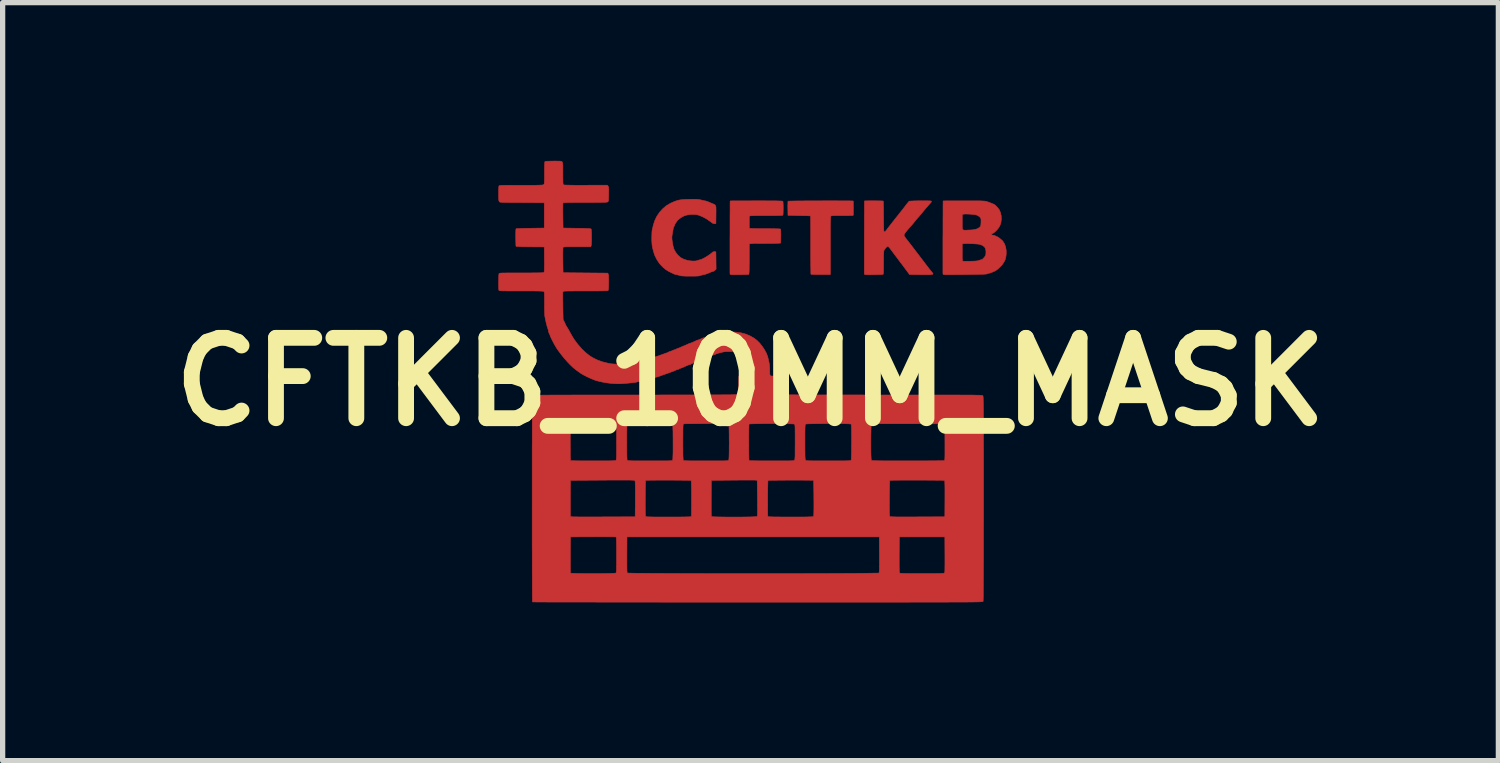
<source format=kicad_pcb>
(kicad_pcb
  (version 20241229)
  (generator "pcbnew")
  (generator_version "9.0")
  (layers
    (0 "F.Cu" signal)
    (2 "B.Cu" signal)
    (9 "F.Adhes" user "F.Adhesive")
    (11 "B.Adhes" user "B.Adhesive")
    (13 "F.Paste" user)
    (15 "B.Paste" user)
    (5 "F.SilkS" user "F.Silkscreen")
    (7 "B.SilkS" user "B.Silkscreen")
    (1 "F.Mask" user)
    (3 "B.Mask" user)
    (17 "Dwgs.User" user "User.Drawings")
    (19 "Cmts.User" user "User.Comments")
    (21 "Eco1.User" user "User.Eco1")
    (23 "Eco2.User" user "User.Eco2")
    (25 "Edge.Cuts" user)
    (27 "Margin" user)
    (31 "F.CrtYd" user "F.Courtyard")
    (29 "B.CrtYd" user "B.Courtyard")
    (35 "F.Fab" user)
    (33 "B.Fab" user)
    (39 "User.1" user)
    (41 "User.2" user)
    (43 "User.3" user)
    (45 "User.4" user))
  (footprint "CFTKB_10MM_MASK"
    (layer "F.Cu")
    (at 11.183 4.192)
    (property "Reference" "CFTKB_10MM_MASK" (at 0 0 0) (layer "F.SilkS") (effects (font (size 1.524 1.524) (thickness 0.3))))
    (attr through_hole)
    (fp_poly (pts (xy 1.592 -3.434) (xy 1.667 -3.433) (xy 1.737 -3.433) (xy 1.799 -3.433) (xy 1.852 -3.433) (xy 1.895 -3.432) (xy 1.926 -3.431) (xy 1.944 -3.431) (xy 1.948 -3.43) (xy 1.949 -3.421) (xy 1.95 -3.4) (xy 1.951 -3.369) (xy 1.951 -3.333) (xy 1.952 -3.293) (xy 1.951 -3.253) (xy 1.951 -3.216) (xy 1.95 -3.186) (xy 1.949 -3.165) (xy 1.947 -3.157) (xy 1.939 -3.155) (xy 1.917 -3.154) (xy 1.883 -3.154) (xy 1.841 -3.153) (xy 1.791 -3.153) (xy 1.74 -3.153) (xy 1.671 -3.153) (xy 1.616 -3.153) (xy 1.575 -3.152) (xy 1.547 -3.15) (xy 1.53 -3.147) (xy 1.526 -3.145) (xy 1.523 -3.141) (xy 1.522 -3.133) (xy 1.52 -3.12) (xy 1.519 -3.1) (xy 1.518 -3.072) (xy 1.517 -3.036) (xy 1.516 -2.991) (xy 1.515 -2.935) (xy 1.515 -2.867) (xy 1.515 -2.787) (xy 1.515 -2.694) (xy 1.515 -2.586) (xy 1.515 -2.035) (xy 1.333 -2.035) (xy 1.282 -2.035) (xy 1.236 -2.036) (xy 1.197 -2.037) (xy 1.168 -2.038) (xy 1.151 -2.039) (xy 1.147 -2.04) (xy 1.146 -2.049) (xy 1.145 -2.071) (xy 1.145 -2.107) (xy 1.144 -2.155) (xy 1.143 -2.213) (xy 1.143 -2.28) (xy 1.142 -2.355) (xy 1.142 -2.438) (xy 1.142 -2.525) (xy 1.142 -2.596) (xy 1.142 -2.687) (xy 1.142 -2.773) (xy 1.142 -2.853) (xy 1.141 -2.927) (xy 1.141 -2.992) (xy 1.141 -3.047) (xy 1.141 -3.091) (xy 1.14 -3.124) (xy 1.14 -3.143) (xy 1.14 -3.147) (xy 1.132 -3.148) (xy 1.11 -3.149) (xy 1.077 -3.15) (xy 1.035 -3.151) (xy 0.985 -3.152) (xy 0.929 -3.153) (xy 0.924 -3.153) (xy 0.711 -3.158) (xy 0.709 -3.289) (xy 0.708 -3.333) (xy 0.709 -3.371) (xy 0.71 -3.401) (xy 0.711 -3.421) (xy 0.713 -3.427) (xy 0.721 -3.428) (xy 0.744 -3.428) (xy 0.779 -3.429) (xy 0.825 -3.43) (xy 0.882 -3.431) (xy 0.946 -3.431) (xy 1.018 -3.432) (xy 1.095 -3.432) (xy 1.176 -3.433) (xy 1.26 -3.433) (xy 1.345 -3.433) (xy 1.429 -3.434) (xy 1.512 -3.434) (xy 1.592 -3.434)) (stroke (width 0.01) (type solid)) (fill yes) (layer "F.Cu"))
    (fp_poly (pts (xy 0.217 -3.434) (xy 0.306 -3.433) (xy 0.382 -3.433) (xy 0.445 -3.433) (xy 0.496 -3.432) (xy 0.537 -3.431) (xy 0.568 -3.43) (xy 0.59 -3.429) (xy 0.605 -3.427) (xy 0.613 -3.425) (xy 0.615 -3.424) (xy 0.617 -3.412) (xy 0.619 -3.389) (xy 0.62 -3.356) (xy 0.621 -3.318) (xy 0.621 -3.278) (xy 0.62 -3.24) (xy 0.619 -3.205) (xy 0.618 -3.179) (xy 0.615 -3.164) (xy 0.615 -3.163) (xy 0.61 -3.16) (xy 0.599 -3.158) (xy 0.581 -3.156) (xy 0.554 -3.155) (xy 0.517 -3.154) (xy 0.469 -3.153) (xy 0.408 -3.153) (xy 0.333 -3.153) (xy 0.318 -3.153) (xy 0.251 -3.153) (xy 0.188 -3.153) (xy 0.132 -3.153) (xy 0.083 -3.152) (xy 0.044 -3.151) (xy 0.016 -3.15) (xy 0.002 -3.149) (xy 0.002 -3.149) (xy -0.023 -3.144) (xy -0.023 -2.915) (xy 0.001 -2.91) (xy 0.014 -2.909) (xy 0.041 -2.908) (xy 0.08 -2.907) (xy 0.128 -2.906) (xy 0.183 -2.905) (xy 0.245 -2.905) (xy 0.296 -2.905) (xy 0.373 -2.905) (xy 0.439 -2.904) (xy 0.492 -2.903) (xy 0.532 -2.902) (xy 0.559 -2.9) (xy 0.57 -2.898) (xy 0.571 -2.897) (xy 0.572 -2.887) (xy 0.574 -2.865) (xy 0.575 -2.832) (xy 0.576 -2.792) (xy 0.576 -2.765) (xy 0.575 -2.723) (xy 0.575 -2.685) (xy 0.573 -2.656) (xy 0.572 -2.638) (xy 0.571 -2.633) (xy 0.562 -2.631) (xy 0.538 -2.629) (xy 0.5 -2.628) (xy 0.449 -2.626) (xy 0.385 -2.626) (xy 0.31 -2.625) (xy 0.296 -2.625) (xy 0.231 -2.625) (xy 0.171 -2.625) (xy 0.117 -2.624) (xy 0.071 -2.624) (xy 0.034 -2.623) (xy 0.01 -2.621) (xy 0.001 -2.621) (xy -0.023 -2.616) (xy -0.023 -2.329) (xy -0.023 -2.252) (xy -0.024 -2.189) (xy -0.024 -2.14) (xy -0.025 -2.101) (xy -0.027 -2.074) (xy -0.028 -2.055) (xy -0.03 -2.043) (xy -0.033 -2.039) (xy -0.034 -2.038) (xy -0.044 -2.037) (xy -0.067 -2.036) (xy -0.1 -2.035) (xy -0.14 -2.034) (xy -0.184 -2.033) (xy -0.23 -2.033) (xy -0.273 -2.032) (xy -0.312 -2.032) (xy -0.344 -2.033) (xy -0.365 -2.033) (xy -0.371 -2.034) (xy -0.385 -2.039) (xy -0.388 -2.045) (xy -0.389 -2.076) (xy -0.389 -2.118) (xy -0.389 -2.172) (xy -0.389 -2.234) (xy -0.389 -2.305) (xy -0.389 -2.382) (xy -0.389 -2.464) (xy -0.389 -2.551) (xy -0.389 -2.64) (xy -0.389 -2.73) (xy -0.388 -2.82) (xy -0.388 -2.909) (xy -0.388 -2.996) (xy -0.388 -3.078) (xy -0.388 -3.155) (xy -0.387 -3.225) (xy -0.387 -3.287) (xy -0.387 -3.339) (xy -0.387 -3.381) (xy -0.386 -3.411) (xy -0.386 -3.428) (xy -0.386 -3.431) (xy -0.378 -3.431) (xy -0.356 -3.432) (xy -0.32 -3.432) (xy -0.274 -3.432) (xy -0.217 -3.433) (xy -0.15 -3.433) (xy -0.077 -3.433) (xy 0.003 -3.433) (xy 0.088 -3.434) (xy 0.113 -3.434) (xy 0.217 -3.434)) (stroke (width 0.01) (type solid)) (fill yes) (layer "F.Cu"))
    (fp_poly (pts (xy -1.053 -3.463) (xy -1.02 -3.462) (xy -0.993 -3.46) (xy -0.97 -3.457) (xy -0.948 -3.452) (xy -0.935 -3.449) (xy -0.905 -3.442) (xy -0.88 -3.436) (xy -0.865 -3.433) (xy -0.863 -3.433) (xy -0.848 -3.43) (xy -0.823 -3.422) (xy -0.793 -3.411) (xy -0.763 -3.398) (xy -0.736 -3.386) (xy -0.716 -3.377) (xy -0.699 -3.371) (xy -0.696 -3.371) (xy -0.684 -3.365) (xy -0.669 -3.352) (xy -0.668 -3.35) (xy -0.663 -3.343) (xy -0.659 -3.334) (xy -0.656 -3.322) (xy -0.654 -3.305) (xy -0.654 -3.28) (xy -0.653 -3.245) (xy -0.654 -3.198) (xy -0.654 -3.166) (xy -0.656 -3.002) (xy -0.681 -3) (xy -0.698 -3.001) (xy -0.715 -3.007) (xy -0.737 -3.022) (xy -0.752 -3.034) (xy -0.826 -3.086) (xy -0.905 -3.13) (xy -0.985 -3.162) (xy -0.994 -3.165) (xy -1.032 -3.172) (xy -1.08 -3.175) (xy -1.132 -3.174) (xy -1.184 -3.168) (xy -1.229 -3.158) (xy -1.23 -3.158) (xy -1.275 -3.14) (xy -1.321 -3.113) (xy -1.362 -3.082) (xy -1.375 -3.069) (xy -1.394 -3.047) (xy -1.412 -3.022) (xy -1.427 -2.999) (xy -1.436 -2.982) (xy -1.437 -2.976) (xy -1.441 -2.963) (xy -1.449 -2.948) (xy -1.454 -2.94) (xy -1.458 -2.93) (xy -1.462 -2.915) (xy -1.467 -2.894) (xy -1.472 -2.863) (xy -1.48 -2.821) (xy -1.485 -2.79) (xy -1.488 -2.767) (xy -1.49 -2.746) (xy -1.49 -2.724) (xy -1.488 -2.698) (xy -1.484 -2.666) (xy -1.477 -2.623) (xy -1.469 -2.579) (xy -1.452 -2.519) (xy -1.421 -2.46) (xy -1.381 -2.408) (xy -1.333 -2.364) (xy -1.301 -2.343) (xy -1.255 -2.322) (xy -1.202 -2.306) (xy -1.146 -2.295) (xy -1.091 -2.291) (xy -1.042 -2.292) (xy -1.002 -2.301) (xy -0.997 -2.303) (xy -0.976 -2.311) (xy -0.959 -2.315) (xy -0.957 -2.315) (xy -0.94 -2.319) (xy -0.913 -2.331) (xy -0.879 -2.348) (xy -0.843 -2.369) (xy -0.806 -2.392) (xy -0.772 -2.415) (xy -0.744 -2.437) (xy -0.728 -2.451) (xy -0.708 -2.466) (xy -0.686 -2.469) (xy -0.682 -2.469) (xy -0.656 -2.466) (xy -0.654 -2.302) (xy -0.652 -2.137) (xy -0.674 -2.117) (xy -0.69 -2.104) (xy -0.704 -2.097) (xy -0.706 -2.097) (xy -0.719 -2.094) (xy -0.74 -2.086) (xy -0.749 -2.083) (xy -0.784 -2.067) (xy -0.818 -2.054) (xy -0.848 -2.043) (xy -0.871 -2.036) (xy -0.879 -2.035) (xy -0.892 -2.033) (xy -0.915 -2.027) (xy -0.94 -2.02) (xy -0.958 -2.014) (xy -0.977 -2.01) (xy -1 -2.007) (xy -1.027 -2.006) (xy -1.064 -2.005) (xy -1.111 -2.005) (xy -1.149 -2.005) (xy -1.206 -2.005) (xy -1.25 -2.006) (xy -1.284 -2.008) (xy -1.31 -2.01) (xy -1.331 -2.014) (xy -1.348 -2.019) (xy -1.352 -2.02) (xy -1.378 -2.028) (xy -1.402 -2.033) (xy -1.413 -2.035) (xy -1.433 -2.039) (xy -1.451 -2.046) (xy -1.469 -2.055) (xy -1.495 -2.068) (xy -1.519 -2.079) (xy -1.568 -2.105) (xy -1.611 -2.133) (xy -1.651 -2.166) (xy -1.693 -2.208) (xy -1.713 -2.23) (xy -1.74 -2.265) (xy -1.766 -2.305) (xy -1.785 -2.338) (xy -1.794 -2.357) (xy -1.801 -2.369) (xy -1.812 -2.392) (xy -1.825 -2.427) (xy -1.838 -2.469) (xy -1.85 -2.515) (xy -1.856 -2.538) (xy -1.863 -2.572) (xy -1.867 -2.606) (xy -1.87 -2.645) (xy -1.872 -2.691) (xy -1.872 -2.732) (xy -1.871 -2.777) (xy -1.87 -2.818) (xy -1.868 -2.853) (xy -1.865 -2.878) (xy -1.863 -2.886) (xy -1.857 -2.911) (xy -1.849 -2.943) (xy -1.845 -2.963) (xy -1.818 -3.051) (xy -1.779 -3.134) (xy -1.728 -3.211) (xy -1.667 -3.28) (xy -1.599 -3.338) (xy -1.524 -3.383) (xy -1.522 -3.384) (xy -1.472 -3.408) (xy -1.427 -3.426) (xy -1.385 -3.44) (xy -1.342 -3.45) (xy -1.295 -3.456) (xy -1.239 -3.46) (xy -1.173 -3.462) (xy -1.152 -3.463) (xy -1.097 -3.463) (xy -1.053 -3.463)) (stroke (width 0.01) (type solid)) (fill yes) (layer "F.Cu"))
    (fp_poly (pts (xy 3.343 -3.434) (xy 3.379 -3.433) (xy 3.407 -3.432) (xy 3.423 -3.43) (xy 3.425 -3.43) (xy 3.432 -3.423) (xy 3.43 -3.413) (xy 3.418 -3.397) (xy 3.412 -3.39) (xy 3.364 -3.336) (xy 3.312 -3.276) (xy 3.262 -3.216) (xy 3.243 -3.192) (xy 3.22 -3.165) (xy 3.2 -3.141) (xy 3.186 -3.125) (xy 3.18 -3.119) (xy 3.172 -3.11) (xy 3.156 -3.092) (xy 3.136 -3.067) (xy 3.115 -3.041) (xy 3.092 -3.013) (xy 3.073 -2.99) (xy 3.059 -2.974) (xy 3.054 -2.967) (xy 3.047 -2.96) (xy 3.032 -2.944) (xy 3.011 -2.92) (xy 2.987 -2.891) (xy 2.981 -2.885) (xy 2.95 -2.847) (xy 2.929 -2.819) (xy 2.917 -2.799) (xy 2.913 -2.785) (xy 2.913 -2.785) (xy 2.914 -2.774) (xy 2.92 -2.761) (xy 2.931 -2.743) (xy 2.949 -2.718) (xy 2.975 -2.685) (xy 2.996 -2.659) (xy 3.006 -2.646) (xy 3.019 -2.629) (xy 3.037 -2.606) (xy 3.06 -2.576) (xy 3.089 -2.538) (xy 3.125 -2.491) (xy 3.169 -2.433) (xy 3.212 -2.377) (xy 3.262 -2.311) (xy 3.304 -2.256) (xy 3.338 -2.211) (xy 3.366 -2.175) (xy 3.389 -2.145) (xy 3.408 -2.122) (xy 3.423 -2.102) (xy 3.437 -2.086) (xy 3.439 -2.084) (xy 3.453 -2.066) (xy 3.461 -2.052) (xy 3.462 -2.047) (xy 3.458 -2.043) (xy 3.45 -2.039) (xy 3.436 -2.036) (xy 3.415 -2.034) (xy 3.384 -2.033) (xy 3.342 -2.033) (xy 3.288 -2.033) (xy 3.219 -2.033) (xy 3.219 -2.033) (xy 3.016 -2.036) (xy 2.994 -2.067) (xy 2.979 -2.087) (xy 2.958 -2.115) (xy 2.935 -2.146) (xy 2.924 -2.16) (xy 2.897 -2.197) (xy 2.866 -2.238) (xy 2.837 -2.276) (xy 2.831 -2.284) (xy 2.804 -2.321) (xy 2.773 -2.362) (xy 2.744 -2.4) (xy 2.738 -2.408) (xy 2.712 -2.443) (xy 2.685 -2.479) (xy 2.66 -2.512) (xy 2.654 -2.521) (xy 2.635 -2.544) (xy 2.618 -2.562) (xy 2.607 -2.571) (xy 2.605 -2.571) (xy 2.591 -2.565) (xy 2.573 -2.549) (xy 2.553 -2.526) (xy 2.539 -2.505) (xy 2.535 -2.497) (xy 2.531 -2.487) (xy 2.529 -2.474) (xy 2.527 -2.455) (xy 2.526 -2.428) (xy 2.525 -2.392) (xy 2.525 -2.345) (xy 2.525 -2.285) (xy 2.524 -2.262) (xy 2.524 -2.195) (xy 2.524 -2.143) (xy 2.523 -2.103) (xy 2.522 -2.074) (xy 2.52 -2.054) (xy 2.517 -2.043) (xy 2.514 -2.039) (xy 2.514 -2.038) (xy 2.504 -2.037) (xy 2.48 -2.036) (xy 2.447 -2.035) (xy 2.407 -2.034) (xy 2.363 -2.033) (xy 2.318 -2.033) (xy 2.275 -2.032) (xy 2.236 -2.032) (xy 2.204 -2.033) (xy 2.183 -2.033) (xy 2.177 -2.034) (xy 2.163 -2.039) (xy 2.159 -2.045) (xy 2.159 -2.078) (xy 2.159 -2.122) (xy 2.159 -2.176) (xy 2.159 -2.24) (xy 2.159 -2.312) (xy 2.159 -2.39) (xy 2.159 -2.473) (xy 2.159 -2.56) (xy 2.159 -2.649) (xy 2.159 -2.74) (xy 2.159 -2.83) (xy 2.16 -2.919) (xy 2.16 -3.005) (xy 2.16 -3.087) (xy 2.16 -3.163) (xy 2.161 -3.232) (xy 2.161 -3.293) (xy 2.161 -3.345) (xy 2.161 -3.386) (xy 2.162 -3.414) (xy 2.162 -3.429) (xy 2.162 -3.431) (xy 2.171 -3.432) (xy 2.192 -3.433) (xy 2.224 -3.433) (xy 2.263 -3.434) (xy 2.306 -3.434) (xy 2.352 -3.434) (xy 2.397 -3.433) (xy 2.438 -3.433) (xy 2.474 -3.432) (xy 2.5 -3.431) (xy 2.515 -3.43) (xy 2.517 -3.429) (xy 2.519 -3.42) (xy 2.521 -3.397) (xy 2.522 -3.36) (xy 2.523 -3.31) (xy 2.524 -3.248) (xy 2.524 -3.176) (xy 2.524 -3.138) (xy 2.525 -3.069) (xy 2.525 -3.007) (xy 2.526 -2.953) (xy 2.527 -2.908) (xy 2.529 -2.875) (xy 2.53 -2.854) (xy 2.532 -2.847) (xy 2.545 -2.846) (xy 2.561 -2.857) (xy 2.581 -2.881) (xy 2.583 -2.884) (xy 2.593 -2.898) (xy 2.611 -2.922) (xy 2.636 -2.954) (xy 2.666 -2.992) (xy 2.699 -3.034) (xy 2.734 -3.079) (xy 2.769 -3.123) (xy 2.803 -3.165) (xy 2.833 -3.204) (xy 2.859 -3.236) (xy 2.876 -3.258) (xy 2.893 -3.279) (xy 2.915 -3.307) (xy 2.937 -3.336) (xy 2.94 -3.34) (xy 2.96 -3.366) (xy 2.977 -3.388) (xy 2.99 -3.403) (xy 2.992 -3.405) (xy 3.003 -3.418) (xy 3.007 -3.425) (xy 3.015 -3.427) (xy 3.036 -3.429) (xy 3.068 -3.43) (xy 3.108 -3.432) (xy 3.154 -3.433) (xy 3.202 -3.434) (xy 3.252 -3.434) (xy 3.299 -3.434) (xy 3.343 -3.434)) (stroke (width 0.01) (type solid)) (fill yes) (layer "F.Cu"))
    (fp_poly (pts (xy 4.048 -3.433) (xy 4.136 -3.433) (xy 4.21 -3.433) (xy 4.272 -3.433) (xy 4.322 -3.432) (xy 4.363 -3.432) (xy 4.395 -3.431) (xy 4.42 -3.429) (xy 4.44 -3.428) (xy 4.456 -3.425) (xy 4.469 -3.423) (xy 4.481 -3.42) (xy 4.489 -3.417) (xy 4.521 -3.406) (xy 4.553 -3.394) (xy 4.572 -3.386) (xy 4.593 -3.377) (xy 4.607 -3.372) (xy 4.61 -3.371) (xy 4.622 -3.365) (xy 4.641 -3.351) (xy 4.663 -3.33) (xy 4.686 -3.305) (xy 4.706 -3.281) (xy 4.718 -3.264) (xy 4.741 -3.211) (xy 4.755 -3.15) (xy 4.758 -3.086) (xy 4.75 -3.023) (xy 4.732 -2.966) (xy 4.725 -2.952) (xy 4.708 -2.924) (xy 4.684 -2.894) (xy 4.657 -2.865) (xy 4.63 -2.84) (xy 4.606 -2.821) (xy 4.587 -2.812) (xy 4.583 -2.812) (xy 4.573 -2.806) (xy 4.571 -2.803) (xy 4.571 -2.793) (xy 4.584 -2.785) (xy 4.605 -2.781) (xy 4.606 -2.781) (xy 4.628 -2.777) (xy 4.641 -2.77) (xy 4.661 -2.759) (xy 4.676 -2.754) (xy 4.694 -2.745) (xy 4.718 -2.728) (xy 4.744 -2.707) (xy 4.769 -2.686) (xy 4.787 -2.667) (xy 4.787 -2.666) (xy 4.818 -2.617) (xy 4.839 -2.557) (xy 4.85 -2.491) (xy 4.85 -2.42) (xy 4.846 -2.39) (xy 4.841 -2.356) (xy 4.834 -2.329) (xy 4.824 -2.303) (xy 4.809 -2.275) (xy 4.787 -2.24) (xy 4.77 -2.218) (xy 4.747 -2.192) (xy 4.719 -2.166) (xy 4.691 -2.14) (xy 4.663 -2.119) (xy 4.641 -2.104) (xy 4.625 -2.097) (xy 4.624 -2.097) (xy 4.614 -2.094) (xy 4.596 -2.085) (xy 4.59 -2.082) (xy 4.563 -2.071) (xy 4.534 -2.062) (xy 4.531 -2.062) (xy 4.508 -2.056) (xy 4.488 -2.049) (xy 4.486 -2.048) (xy 4.475 -2.045) (xy 4.45 -2.043) (xy 4.412 -2.041) (xy 4.359 -2.04) (xy 4.291 -2.038) (xy 4.209 -2.037) (xy 4.112 -2.035) (xy 4.078 -2.035) (xy 4.001 -2.034) (xy 3.928 -2.034) (xy 3.861 -2.033) (xy 3.802 -2.033) (xy 3.751 -2.033) (xy 3.711 -2.033) (xy 3.684 -2.033) (xy 3.669 -2.034) (xy 3.668 -2.034) (xy 3.655 -2.039) (xy 3.651 -2.045) (xy 3.65 -2.077) (xy 3.65 -2.121) (xy 3.65 -2.176) (xy 3.65 -2.239) (xy 3.65 -2.31) (xy 3.65 -2.388) (xy 3.65 -2.471) (xy 3.65 -2.558) (xy 3.65 -2.616) (xy 4.016 -2.616) (xy 4.016 -2.454) (xy 4.016 -2.4) (xy 4.016 -2.36) (xy 4.017 -2.331) (xy 4.018 -2.311) (xy 4.02 -2.3) (xy 4.024 -2.293) (xy 4.028 -2.29) (xy 4.033 -2.289) (xy 4.047 -2.287) (xy 4.073 -2.287) (xy 4.108 -2.287) (xy 4.15 -2.287) (xy 4.181 -2.288) (xy 4.234 -2.289) (xy 4.275 -2.292) (xy 4.304 -2.295) (xy 4.323 -2.299) (xy 4.334 -2.303) (xy 4.355 -2.311) (xy 4.374 -2.315) (xy 4.391 -2.321) (xy 4.412 -2.337) (xy 4.433 -2.36) (xy 4.451 -2.384) (xy 4.462 -2.407) (xy 4.463 -2.412) (xy 4.465 -2.436) (xy 4.466 -2.466) (xy 4.465 -2.485) (xy 4.457 -2.527) (xy 4.438 -2.559) (xy 4.406 -2.584) (xy 4.374 -2.599) (xy 4.354 -2.606) (xy 4.331 -2.611) (xy 4.302 -2.614) (xy 4.264 -2.617) (xy 4.215 -2.62) (xy 4.198 -2.62) (xy 4.152 -2.622) (xy 4.11 -2.623) (xy 4.075 -2.622) (xy 4.05 -2.622) (xy 4.04 -2.621) (xy 4.016 -2.616) (xy 3.65 -2.616) (xy 3.65 -2.647) (xy 3.65 -2.738) (xy 3.651 -2.828) (xy 3.651 -2.917) (xy 3.651 -2.976) (xy 4.016 -2.976) (xy 4.016 -2.937) (xy 4.018 -2.909) (xy 4.024 -2.891) (xy 4.036 -2.881) (xy 4.055 -2.876) (xy 4.083 -2.876) (xy 4.121 -2.878) (xy 4.148 -2.879) (xy 4.202 -2.882) (xy 4.243 -2.887) (xy 4.276 -2.895) (xy 4.287 -2.898) (xy 4.315 -2.911) (xy 4.339 -2.925) (xy 4.349 -2.934) (xy 4.359 -2.945) (xy 4.365 -2.957) (xy 4.369 -2.974) (xy 4.371 -3.001) (xy 4.372 -3.025) (xy 4.373 -3.059) (xy 4.372 -3.082) (xy 4.37 -3.097) (xy 4.363 -3.109) (xy 4.353 -3.121) (xy 4.351 -3.124) (xy 4.326 -3.145) (xy 4.294 -3.162) (xy 4.29 -3.163) (xy 4.265 -3.169) (xy 4.228 -3.175) (xy 4.184 -3.179) (xy 4.139 -3.182) (xy 4.097 -3.183) (xy 4.062 -3.183) (xy 4.045 -3.181) (xy 4.016 -3.175) (xy 4.016 -3.029) (xy 4.016 -2.976) (xy 3.651 -2.976) (xy 3.651 -3.003) (xy 3.651 -3.085) (xy 3.652 -3.161) (xy 3.652 -3.231) (xy 3.652 -3.292) (xy 3.652 -3.344) (xy 3.653 -3.385) (xy 3.653 -3.413) (xy 3.653 -3.429) (xy 3.653 -3.431) (xy 3.662 -3.431) (xy 3.684 -3.432) (xy 3.719 -3.432) (xy 3.764 -3.433) (xy 3.82 -3.433) (xy 3.883 -3.433) (xy 3.954 -3.433) (xy 4.029 -3.433) (xy 4.048 -3.433)) (stroke (width 0.01) (type solid)) (fill yes) (layer "F.Cu"))
    (fp_poly (pts (xy -3.683 -4.187) (xy -3.644 -4.186) (xy -3.616 -4.186) (xy -3.597 -4.184) (xy -3.585 -4.181) (xy -3.577 -4.178) (xy -3.572 -4.173) (xy -3.57 -4.169) (xy -3.566 -4.162) (xy -3.563 -4.151) (xy -3.561 -4.133) (xy -3.559 -4.108) (xy -3.558 -4.073) (xy -3.558 -4.027) (xy -3.558 -3.968) (xy -3.558 -3.948) (xy -3.558 -3.887) (xy -3.557 -3.839) (xy -3.557 -3.803) (xy -3.556 -3.777) (xy -3.554 -3.759) (xy -3.552 -3.748) (xy -3.549 -3.742) (xy -3.545 -3.738) (xy -3.542 -3.736) (xy -3.531 -3.734) (xy -3.506 -3.732) (xy -3.467 -3.731) (xy -3.413 -3.73) (xy -3.345 -3.729) (xy -3.262 -3.729) (xy -3.164 -3.729) (xy -3.121 -3.729) (xy -2.715 -3.73) (xy -2.701 -3.712) (xy -2.696 -3.704) (xy -2.692 -3.694) (xy -2.69 -3.679) (xy -2.688 -3.657) (xy -2.688 -3.626) (xy -2.689 -3.582) (xy -2.689 -3.559) (xy -2.69 -3.51) (xy -2.691 -3.474) (xy -2.693 -3.449) (xy -2.695 -3.432) (xy -2.699 -3.422) (xy -2.703 -3.416) (xy -2.707 -3.413) (xy -2.712 -3.411) (xy -2.722 -3.409) (xy -2.738 -3.407) (xy -2.761 -3.406) (xy -2.791 -3.404) (xy -2.832 -3.404) (xy -2.882 -3.403) (xy -2.944 -3.403) (xy -3.019 -3.402) (xy -3.109 -3.402) (xy -3.135 -3.402) (xy -3.23 -3.402) (xy -3.31 -3.402) (xy -3.377 -3.401) (xy -3.432 -3.401) (xy -3.475 -3.4) (xy -3.508 -3.399) (xy -3.531 -3.397) (xy -3.546 -3.396) (xy -3.554 -3.393) (xy -3.555 -3.392) (xy -3.556 -3.383) (xy -3.558 -3.359) (xy -3.558 -3.324) (xy -3.559 -3.279) (xy -3.559 -3.227) (xy -3.558 -3.169) (xy -3.558 -3.15) (xy -3.554 -2.917) (xy -3.291 -2.913) (xy -3.219 -2.912) (xy -3.161 -2.911) (xy -3.115 -2.909) (xy -3.08 -2.908) (xy -3.055 -2.906) (xy -3.038 -2.904) (xy -3.028 -2.902) (xy -3.022 -2.898) (xy -3.021 -2.897) (xy -3.019 -2.885) (xy -3.017 -2.861) (xy -3.015 -2.827) (xy -3.014 -2.787) (xy -3.014 -2.744) (xy -3.014 -2.7) (xy -3.015 -2.659) (xy -3.017 -2.624) (xy -3.019 -2.597) (xy -3.021 -2.583) (xy -3.029 -2.563) (xy -3.288 -2.563) (xy -3.363 -2.563) (xy -3.423 -2.563) (xy -3.471 -2.562) (xy -3.506 -2.561) (xy -3.531 -2.559) (xy -3.546 -2.557) (xy -3.554 -2.554) (xy -3.555 -2.554) (xy -3.556 -2.544) (xy -3.557 -2.52) (xy -3.558 -2.485) (xy -3.559 -2.44) (xy -3.559 -2.388) (xy -3.558 -2.33) (xy -3.558 -2.307) (xy -3.554 -2.07) (xy -3.131 -2.066) (xy -2.707 -2.062) (xy -2.697 -2.043) (xy -2.694 -2.029) (xy -2.691 -2.002) (xy -2.69 -1.968) (xy -2.689 -1.927) (xy -2.689 -1.884) (xy -2.69 -1.841) (xy -2.691 -1.801) (xy -2.693 -1.768) (xy -2.696 -1.744) (xy -2.7 -1.732) (xy -2.7 -1.732) (xy -2.708 -1.73) (xy -2.728 -1.728) (xy -2.76 -1.727) (xy -2.805 -1.726) (xy -2.863 -1.725) (xy -2.936 -1.724) (xy -3.023 -1.724) (xy -3.113 -1.724) (xy -3.192 -1.724) (xy -3.266 -1.724) (xy -3.334 -1.724) (xy -3.395 -1.723) (xy -3.447 -1.723) (xy -3.489 -1.722) (xy -3.519 -1.721) (xy -3.535 -1.72) (xy -3.537 -1.72) (xy -3.553 -1.713) (xy -3.559 -1.706) (xy -3.56 -1.697) (xy -3.56 -1.673) (xy -3.56 -1.638) (xy -3.56 -1.593) (xy -3.559 -1.54) (xy -3.558 -1.481) (xy -3.558 -1.441) (xy -3.553 -1.185) (xy -3.532 -1.14) (xy -3.521 -1.117) (xy -3.513 -1.099) (xy -3.511 -1.091) (xy -3.507 -1.083) (xy -3.497 -1.065) (xy -3.483 -1.043) (xy -3.463 -1.011) (xy -3.443 -0.976) (xy -3.432 -0.956) (xy -3.394 -0.887) (xy -3.359 -0.828) (xy -3.322 -0.774) (xy -3.282 -0.721) (xy -3.273 -0.71) (xy -3.203 -0.629) (xy -3.136 -0.564) (xy -3.103 -0.536) (xy -3.082 -0.52) (xy -3.065 -0.506) (xy -3.059 -0.502) (xy -3.04 -0.488) (xy -3.011 -0.47) (xy -2.976 -0.45) (xy -2.94 -0.432) (xy -2.907 -0.416) (xy -2.893 -0.41) (xy -2.799 -0.377) (xy -2.695 -0.352) (xy -2.667 -0.346) (xy -2.629 -0.341) (xy -2.583 -0.338) (xy -2.532 -0.335) (xy -2.48 -0.334) (xy -2.432 -0.335) (xy -2.391 -0.337) (xy -2.361 -0.341) (xy -2.357 -0.342) (xy -2.335 -0.346) (xy -2.303 -0.351) (xy -2.268 -0.356) (xy -2.256 -0.357) (xy -2.22 -0.362) (xy -2.185 -0.368) (xy -2.157 -0.375) (xy -2.152 -0.376) (xy -2.121 -0.384) (xy -2.087 -0.391) (xy -2.078 -0.392) (xy -2.051 -0.398) (xy -2.027 -0.404) (xy -2.02 -0.407) (xy -1.999 -0.415) (xy -1.973 -0.421) (xy -1.967 -0.422) (xy -1.939 -0.428) (xy -1.913 -0.436) (xy -1.909 -0.438) (xy -1.877 -0.45) (xy -1.835 -0.465) (xy -1.79 -0.479) (xy -1.771 -0.485) (xy -1.745 -0.493) (xy -1.713 -0.505) (xy -1.682 -0.516) (xy -1.649 -0.528) (xy -1.615 -0.54) (xy -1.591 -0.548) (xy -1.569 -0.556) (xy -1.553 -0.564) (xy -1.55 -0.567) (xy -1.539 -0.574) (xy -1.531 -0.575) (xy -1.516 -0.578) (xy -1.495 -0.587) (xy -1.487 -0.59) (xy -1.467 -0.6) (xy -1.452 -0.605) (xy -1.449 -0.606) (xy -1.437 -0.609) (xy -1.418 -0.617) (xy -1.41 -0.621) (xy -1.39 -0.631) (xy -1.375 -0.636) (xy -1.372 -0.637) (xy -1.361 -0.64) (xy -1.342 -0.648) (xy -1.333 -0.652) (xy -1.309 -0.663) (xy -1.277 -0.676) (xy -1.251 -0.687) (xy -1.222 -0.699) (xy -1.196 -0.711) (xy -1.179 -0.719) (xy -1.162 -0.727) (xy -1.15 -0.73) (xy -1.138 -0.733) (xy -1.117 -0.742) (xy -1.089 -0.753) (xy -1.059 -0.767) (xy -1.032 -0.78) (xy -1.031 -0.781) (xy -1.012 -0.789) (xy -1 -0.792) (xy -1 -0.792) (xy -0.988 -0.795) (xy -0.968 -0.803) (xy -0.96 -0.807) (xy -0.922 -0.823) (xy -0.884 -0.838) (xy -0.849 -0.85) (xy -0.822 -0.858) (xy -0.819 -0.859) (xy -0.8 -0.865) (xy -0.788 -0.87) (xy -0.775 -0.876) (xy -0.761 -0.881) (xy -0.744 -0.886) (xy -0.717 -0.894) (xy -0.691 -0.901) (xy -0.627 -0.919) (xy -0.573 -0.931) (xy -0.523 -0.94) (xy -0.473 -0.945) (xy -0.419 -0.947) (xy -0.38 -0.948) (xy -0.275 -0.943) (xy -0.179 -0.93) (xy -0.092 -0.907) (xy -0.01 -0.873) (xy 0.067 -0.829) (xy 0.12 -0.789) (xy 0.173 -0.737) (xy 0.221 -0.676) (xy 0.265 -0.611) (xy 0.301 -0.545) (xy 0.326 -0.479) (xy 0.338 -0.431) (xy 0.343 -0.405) (xy 0.351 -0.373) (xy 0.354 -0.358) (xy 0.359 -0.33) (xy 0.363 -0.292) (xy 0.365 -0.248) (xy 0.365 -0.221) (xy 0.366 -0.172) (xy 0.368 -0.139) (xy 0.373 -0.121) (xy 0.374 -0.118) (xy 0.387 -0.113) (xy 0.411 -0.11) (xy 0.436 -0.109) (xy 0.466 -0.108) (xy 0.483 -0.105) (xy 0.491 -0.099) (xy 0.492 -0.096) (xy 0.494 -0.085) (xy 0.495 -0.061) (xy 0.496 -0.026) (xy 0.497 0.016) (xy 0.497 0.064) (xy 0.497 0.073) (xy 0.497 0.133) (xy 0.499 0.178) (xy 0.5 0.211) (xy 0.503 0.23) (xy 0.506 0.239) (xy 0.511 0.24) (xy 0.522 0.241) (xy 0.541 0.242) (xy 0.567 0.243) (xy 0.602 0.244) (xy 0.645 0.244) (xy 0.697 0.245) (xy 0.759 0.246) (xy 0.831 0.246) (xy 0.914 0.247) (xy 1.007 0.247) (xy 1.112 0.247) (xy 1.229 0.248) (xy 1.358 0.248) (xy 1.499 0.248) (xy 1.654 0.248) (xy 1.823 0.248) (xy 2.006 0.248) (xy 2.203 0.249) (xy 2.415 0.249) (xy 2.455 0.249) (xy 2.66 0.249) (xy 2.85 0.249) (xy 3.026 0.249) (xy 3.188 0.249) (xy 3.336 0.249) (xy 3.472 0.249) (xy 3.596 0.249) (xy 3.708 0.249) (xy 3.81 0.249) (xy 3.901 0.249) (xy 3.982 0.25) (xy 4.054 0.25) (xy 4.117 0.25) (xy 4.172 0.251) (xy 4.219 0.251) (xy 4.26 0.252) (xy 4.294 0.253) (xy 4.322 0.253) (xy 4.345 0.254) (xy 4.363 0.255) (xy 4.378 0.256) (xy 4.388 0.257) (xy 4.396 0.258) (xy 4.401 0.259) (xy 4.404 0.261) (xy 4.406 0.262) (xy 4.407 0.263) (xy 4.408 0.265) (xy 4.41 0.269) (xy 4.411 0.276) (xy 4.412 0.285) (xy 4.413 0.298) (xy 4.414 0.315) (xy 4.414 0.337) (xy 4.415 0.364) (xy 4.416 0.397) (xy 4.417 0.436) (xy 4.417 0.482) (xy 4.418 0.535) (xy 4.418 0.597) (xy 4.418 0.667) (xy 4.419 0.747) (xy 4.419 0.836) (xy 4.419 0.935) (xy 4.419 1.046) (xy 4.419 1.168) (xy 4.42 1.301) (xy 4.42 1.448) (xy 4.42 1.607) (xy 4.42 1.781) (xy 4.42 1.968) (xy 4.42 2.171) (xy 4.42 2.213) (xy 4.42 2.446) (xy 4.42 2.664) (xy 4.419 2.867) (xy 4.419 3.054) (xy 4.419 3.226) (xy 4.419 3.384) (xy 4.418 3.526) (xy 4.418 3.654) (xy 4.417 3.767) (xy 4.417 3.866) (xy 4.416 3.951) (xy 4.416 4.021) (xy 4.415 4.077) (xy 4.414 4.119) (xy 4.413 4.147) (xy 4.412 4.162) (xy 4.412 4.164) (xy 4.411 4.165) (xy 4.41 4.166) (xy 4.407 4.167) (xy 4.404 4.168) (xy 4.398 4.169) (xy 4.391 4.17) (xy 4.381 4.17) (xy 4.368 4.171) (xy 4.352 4.172) (xy 4.333 4.173) (xy 4.309 4.173) (xy 4.281 4.174) (xy 4.248 4.174) (xy 4.21 4.175) (xy 4.167 4.175) (xy 4.117 4.176) (xy 4.062 4.176) (xy 3.999 4.176) (xy 3.93 4.177) (xy 3.852 4.177) (xy 3.768 4.177) (xy 3.675 4.178) (xy 3.573 4.178) (xy 3.462 4.178) (xy 3.342 4.178) (xy 3.212 4.178) (xy 3.072 4.178) (xy 2.922 4.179) (xy 2.76 4.179) (xy 2.587 4.179) (xy 2.403 4.179) (xy 2.206 4.179) (xy 1.997 4.179) (xy 1.776 4.179) (xy 1.541 4.179) (xy 1.292 4.179) (xy 1.03 4.179) (xy 0.753 4.179) (xy 0.461 4.179) (xy 0.154 4.179) (xy 0.137 4.179) (xy -0.12 4.179) (xy -0.373 4.179) (xy -0.621 4.179) (xy -0.865 4.179) (xy -1.104 4.179) (xy -1.337 4.179) (xy -1.563 4.179) (xy -1.784 4.178) (xy -1.997 4.178) (xy -2.203 4.178) (xy -2.401 4.178) (xy -2.591 4.178) (xy -2.771 4.178) (xy -2.943 4.177) (xy -3.105 4.177) (xy -3.257 4.177) (xy -3.398 4.177) (xy -3.529 4.176) (xy -3.648 4.176) (xy -3.755 4.176) (xy -3.85 4.176) (xy -3.932 4.175) (xy -4 4.175) (xy -4.055 4.175) (xy -4.097 4.174) (xy -4.123 4.174) (xy -4.134 4.174) (xy -4.135 4.174) (xy -4.135 4.166) (xy -4.136 4.143) (xy -4.136 4.105) (xy -4.137 4.055) (xy -4.137 3.991) (xy -4.138 3.915) (xy -4.138 3.828) (xy -4.138 3.729) (xy -4.139 3.62) (xy -4.139 3.502) (xy -4.139 3.416) (xy -3.416 3.416) (xy -3.416 3.476) (xy -3.416 3.528) (xy -3.416 3.571) (xy -3.415 3.602) (xy -3.415 3.621) (xy -3.414 3.626) (xy -3.406 3.628) (xy -3.384 3.63) (xy -3.349 3.631) (xy -3.305 3.633) (xy -3.251 3.634) (xy -3.191 3.635) (xy -3.126 3.636) (xy -3.057 3.636) (xy -2.986 3.636) (xy -2.915 3.636) (xy -2.846 3.636) (xy -2.78 3.635) (xy -2.72 3.634) (xy -2.666 3.633) (xy -2.62 3.631) (xy -2.585 3.63) (xy -2.562 3.628) (xy -2.553 3.626) (xy -2.55 3.622) (xy -2.547 3.616) (xy -2.545 3.606) (xy -2.544 3.59) (xy -2.542 3.568) (xy -2.541 3.537) (xy -2.541 3.496) (xy -2.54 3.445) (xy -2.54 3.441) (xy -2.344 3.441) (xy -2.344 3.502) (xy -2.343 3.55) (xy -2.342 3.585) (xy -2.34 3.609) (xy -2.338 3.622) (xy -2.337 3.625) (xy -2.329 3.626) (xy -2.305 3.627) (xy -2.268 3.628) (xy -2.217 3.629) (xy -2.154 3.63) (xy -2.078 3.63) (xy -1.992 3.631) (xy -1.895 3.632) (xy -1.788 3.633) (xy -1.672 3.633) (xy -1.548 3.634) (xy -1.417 3.634) (xy -1.278 3.635) (xy -1.134 3.635) (xy -0.984 3.635) (xy -0.83 3.636) (xy -0.672 3.636) (xy -0.51 3.636) (xy -0.346 3.636) (xy -0.18 3.636) (xy -0.014 3.637) (xy 0.153 3.637) (xy 0.32 3.636) (xy 0.485 3.636) (xy 0.649 3.636) (xy 0.81 3.636) (xy 0.967 3.636) (xy 1.12 3.635) (xy 1.269 3.635) (xy 1.412 3.635) (xy 1.549 3.634) (xy 1.679 3.634) (xy 1.801 3.633) (xy 1.915 3.632) (xy 2.019 3.632) (xy 2.114 3.631) (xy 2.198 3.63) (xy 2.27 3.629) (xy 2.331 3.628) (xy 2.379 3.628) (xy 2.413 3.627) (xy 2.433 3.625) (xy 2.438 3.625) (xy 2.44 3.617) (xy 2.442 3.598) (xy 2.444 3.568) (xy 2.445 3.527) (xy 2.445 3.472) (xy 2.445 3.441) (xy 2.821 3.441) (xy 2.821 3.502) (xy 2.822 3.55) (xy 2.823 3.585) (xy 2.825 3.609) (xy 2.827 3.622) (xy 2.828 3.625) (xy 2.833 3.627) (xy 2.842 3.629) (xy 2.858 3.631) (xy 2.881 3.632) (xy 2.912 3.633) (xy 2.954 3.634) (xy 3.006 3.635) (xy 3.07 3.635) (xy 3.147 3.635) (xy 3.238 3.635) (xy 3.255 3.635) (xy 3.348 3.635) (xy 3.428 3.635) (xy 3.494 3.635) (xy 3.548 3.634) (xy 3.591 3.633) (xy 3.624 3.632) (xy 3.648 3.631) (xy 3.665 3.629) (xy 3.675 3.627) (xy 3.681 3.625) (xy 3.681 3.625) (xy 3.683 3.617) (xy 3.685 3.598) (xy 3.687 3.568) (xy 3.687 3.527) (xy 3.688 3.472) (xy 3.688 3.404) (xy 3.688 3.322) (xy 3.688 3.277) (xy 3.686 2.94) (xy 2.824 2.94) (xy 2.821 3.277) (xy 2.821 3.367) (xy 2.821 3.441) (xy 2.445 3.441) (xy 2.445 3.404) (xy 2.445 3.322) (xy 2.445 3.277) (xy 2.443 2.94) (xy -2.342 2.94) (xy -2.344 3.277) (xy -2.344 3.367) (xy -2.344 3.441) (xy -2.54 3.441) (xy -2.54 3.381) (xy -2.54 3.304) (xy -2.54 3.283) (xy -2.54 3.212) (xy -2.54 3.146) (xy -2.541 3.087) (xy -2.542 3.036) (xy -2.543 2.994) (xy -2.544 2.964) (xy -2.545 2.946) (xy -2.546 2.943) (xy -2.555 2.941) (xy -2.578 2.94) (xy -2.613 2.939) (xy -2.66 2.939) (xy -2.717 2.938) (xy -2.782 2.938) (xy -2.854 2.938) (xy -2.932 2.938) (xy -2.983 2.938) (xy -3.414 2.94) (xy -3.416 3.278) (xy -3.416 3.349) (xy -3.416 3.416) (xy -4.139 3.416) (xy -4.139 3.375) (xy -4.139 3.239) (xy -4.14 3.096) (xy -4.14 2.946) (xy -4.14 2.79) (xy -4.14 2.627) (xy -4.14 2.46) (xy -4.14 2.344) (xy -3.416 2.344) (xy -3.416 2.404) (xy -3.416 2.456) (xy -3.416 2.499) (xy -3.415 2.531) (xy -3.415 2.549) (xy -3.414 2.554) (xy -3.411 2.555) (xy -3.401 2.557) (xy -3.384 2.558) (xy -3.359 2.56) (xy -3.325 2.56) (xy -3.282 2.561) (xy -3.227 2.562) (xy -3.162 2.562) (xy -3.084 2.562) (xy -2.993 2.562) (xy -2.888 2.562) (xy -2.798 2.561) (xy -2.187 2.559) (xy -2.185 2.369) (xy -1.995 2.369) (xy -1.995 2.429) (xy -1.994 2.476) (xy -1.993 2.511) (xy -1.991 2.535) (xy -1.989 2.549) (xy -1.988 2.553) (xy -1.984 2.555) (xy -1.975 2.557) (xy -1.96 2.559) (xy -1.938 2.56) (xy -1.908 2.561) (xy -1.868 2.562) (xy -1.818 2.563) (xy -1.757 2.563) (xy -1.682 2.563) (xy -1.594 2.563) (xy -1.553 2.563) (xy -1.449 2.563) (xy -1.358 2.563) (xy -1.282 2.562) (xy -1.22 2.561) (xy -1.174 2.56) (xy -1.142 2.558) (xy -1.125 2.556) (xy -1.122 2.555) (xy -1.121 2.546) (xy -1.12 2.523) (xy -1.119 2.488) (xy -1.119 2.444) (xy -1.118 2.392) (xy -1.118 2.344) (xy -0.744 2.344) (xy -0.744 2.404) (xy -0.744 2.456) (xy -0.744 2.499) (xy -0.743 2.53) (xy -0.743 2.549) (xy -0.742 2.554) (xy -0.734 2.556) (xy -0.711 2.558) (xy -0.677 2.56) (xy -0.632 2.561) (xy -0.579 2.562) (xy -0.519 2.563) (xy -0.453 2.564) (xy -0.384 2.564) (xy -0.313 2.564) (xy -0.242 2.564) (xy -0.172 2.564) (xy -0.106 2.563) (xy -0.045 2.562) (xy 0.01 2.561) (xy 0.056 2.559) (xy 0.091 2.557) (xy 0.115 2.555) (xy 0.126 2.553) (xy 0.126 2.553) (xy 0.128 2.548) (xy 0.13 2.537) (xy 0.132 2.52) (xy 0.133 2.494) (xy 0.133 2.459) (xy 0.134 2.413) (xy 0.133 2.356) (xy 0.133 2.285) (xy 0.133 2.276) (xy 0.326 2.276) (xy 0.326 2.337) (xy 0.326 2.395) (xy 0.326 2.446) (xy 0.327 2.49) (xy 0.328 2.524) (xy 0.329 2.547) (xy 0.33 2.555) (xy 0.339 2.557) (xy 0.363 2.559) (xy 0.401 2.56) (xy 0.455 2.562) (xy 0.525 2.562) (xy 0.609 2.563) (xy 0.709 2.563) (xy 0.761 2.563) (xy 0.855 2.563) (xy 0.935 2.563) (xy 1.002 2.563) (xy 1.057 2.562) (xy 1.1 2.561) (xy 1.134 2.56) (xy 1.159 2.559) (xy 1.177 2.558) (xy 1.188 2.556) (xy 1.194 2.554) (xy 1.195 2.553) (xy 1.198 2.545) (xy 1.2 2.528) (xy 1.201 2.5) (xy 1.202 2.46) (xy 1.203 2.409) (xy 1.203 2.369) (xy 2.634 2.369) (xy 2.635 2.429) (xy 2.635 2.476) (xy 2.637 2.511) (xy 2.638 2.535) (xy 2.64 2.548) (xy 2.642 2.553) (xy 2.646 2.555) (xy 2.654 2.557) (xy 2.667 2.558) (xy 2.688 2.559) (xy 2.715 2.56) (xy 2.751 2.561) (xy 2.797 2.562) (xy 2.854 2.562) (xy 2.922 2.562) (xy 3.003 2.562) (xy 3.098 2.562) (xy 3.168 2.561) (xy 3.686 2.559) (xy 3.688 2.218) (xy 3.688 2.147) (xy 3.688 2.08) (xy 3.688 2.02) (xy 3.687 1.968) (xy 3.686 1.925) (xy 3.685 1.893) (xy 3.684 1.875) (xy 3.683 1.87) (xy 3.675 1.869) (xy 3.652 1.868) (xy 3.617 1.867) (xy 3.571 1.867) (xy 3.516 1.866) (xy 3.453 1.865) (xy 3.384 1.865) (xy 3.311 1.864) (xy 3.234 1.864) (xy 3.156 1.864) (xy 3.078 1.864) (xy 3.002 1.864) (xy 2.929 1.864) (xy 2.861 1.864) (xy 2.8 1.865) (xy 2.746 1.865) (xy 2.702 1.866) (xy 2.669 1.867) (xy 2.648 1.868) (xy 2.642 1.869) (xy 2.641 1.877) (xy 2.64 1.9) (xy 2.639 1.934) (xy 2.638 1.98) (xy 2.637 2.034) (xy 2.636 2.096) (xy 2.635 2.164) (xy 2.635 2.207) (xy 2.634 2.296) (xy 2.634 2.369) (xy 1.203 2.369) (xy 1.203 2.344) (xy 1.203 2.265) (xy 1.202 2.207) (xy 1.202 2.137) (xy 1.201 2.071) (xy 1.2 2.012) (xy 1.199 1.961) (xy 1.198 1.919) (xy 1.197 1.889) (xy 1.196 1.872) (xy 1.195 1.869) (xy 1.187 1.867) (xy 1.164 1.867) (xy 1.13 1.866) (xy 1.085 1.865) (xy 1.031 1.865) (xy 0.971 1.864) (xy 0.905 1.864) (xy 0.836 1.864) (xy 0.765 1.864) (xy 0.694 1.864) (xy 0.625 1.865) (xy 0.559 1.865) (xy 0.498 1.866) (xy 0.445 1.866) (xy 0.399 1.867) (xy 0.365 1.868) (xy 0.342 1.869) (xy 0.333 1.87) (xy 0.333 1.87) (xy 0.331 1.879) (xy 0.33 1.902) (xy 0.329 1.936) (xy 0.328 1.979) (xy 0.327 2.031) (xy 0.327 2.088) (xy 0.326 2.15) (xy 0.326 2.213) (xy 0.326 2.276) (xy 0.133 2.276) (xy 0.132 2.206) (xy 0.128 1.869) (xy 0.11 1.865) (xy 0.099 1.864) (xy 0.074 1.863) (xy 0.037 1.863) (xy -0.012 1.863) (xy -0.07 1.863) (xy -0.136 1.863) (xy -0.209 1.863) (xy -0.287 1.864) (xy -0.325 1.864) (xy -0.742 1.868) (xy -0.744 2.206) (xy -0.744 2.277) (xy -0.744 2.344) (xy -1.118 2.344) (xy -1.118 2.334) (xy -1.118 2.273) (xy -1.118 2.209) (xy -1.118 2.146) (xy -1.119 2.085) (xy -1.119 2.028) (xy -1.12 1.977) (xy -1.121 1.934) (xy -1.122 1.9) (xy -1.123 1.878) (xy -1.125 1.871) (xy -1.133 1.869) (xy -1.156 1.868) (xy -1.19 1.867) (xy -1.235 1.866) (xy -1.289 1.866) (xy -1.35 1.865) (xy -1.415 1.865) (xy -1.484 1.864) (xy -1.555 1.864) (xy -1.626 1.864) (xy -1.696 1.864) (xy -1.761 1.864) (xy -1.822 1.865) (xy -1.876 1.865) (xy -1.921 1.866) (xy -1.956 1.866) (xy -1.979 1.867) (xy -1.988 1.869) (xy -1.988 1.869) (xy -1.989 1.877) (xy -1.99 1.9) (xy -1.991 1.934) (xy -1.992 1.98) (xy -1.993 2.034) (xy -1.994 2.096) (xy -1.994 2.164) (xy -1.995 2.207) (xy -1.995 2.296) (xy -1.995 2.369) (xy -2.185 2.369) (xy -2.185 2.221) (xy -2.184 2.136) (xy -2.184 2.064) (xy -2.184 2.006) (xy -2.185 1.96) (xy -2.186 1.925) (xy -2.187 1.9) (xy -2.189 1.883) (xy -2.191 1.874) (xy -2.192 1.872) (xy -2.196 1.87) (xy -2.203 1.868) (xy -2.214 1.866) (xy -2.232 1.865) (xy -2.256 1.864) (xy -2.287 1.863) (xy -2.327 1.863) (xy -2.377 1.863) (xy -2.437 1.862) (xy -2.508 1.863) (xy -2.592 1.863) (xy -2.69 1.863) (xy -2.802 1.864) (xy -2.808 1.864) (xy -3.414 1.868) (xy -3.416 2.206) (xy -3.416 2.277) (xy -3.416 2.344) (xy -4.14 2.344) (xy -4.14 2.289) (xy -4.14 2.218) (xy -4.14 2.002) (xy -4.14 1.802) (xy -4.14 1.616) (xy -4.14 1.444) (xy -4.14 1.286) (xy -4.139 1.145) (xy -3.418 1.145) (xy -3.418 1.209) (xy -3.417 1.271) (xy -3.417 1.329) (xy -3.417 1.381) (xy -3.416 1.425) (xy -3.415 1.46) (xy -3.414 1.483) (xy -3.413 1.492) (xy -3.413 1.492) (xy -3.405 1.494) (xy -3.382 1.495) (xy -3.347 1.496) (xy -3.301 1.497) (xy -3.245 1.498) (xy -3.18 1.498) (xy -3.109 1.499) (xy -3.032 1.499) (xy -2.988 1.499) (xy -2.891 1.499) (xy -2.808 1.499) (xy -2.74 1.498) (xy -2.683 1.498) (xy -2.639 1.497) (xy -2.604 1.496) (xy -2.58 1.494) (xy -2.563 1.492) (xy -2.555 1.49) (xy -2.553 1.489) (xy -2.55 1.486) (xy -2.547 1.48) (xy -2.545 1.47) (xy -2.544 1.454) (xy -2.542 1.432) (xy -2.541 1.401) (xy -2.541 1.361) (xy -2.54 1.31) (xy -2.54 1.246) (xy -2.54 1.169) (xy -2.54 1.142) (xy -2.54 1.131) (xy -2.346 1.131) (xy -2.346 1.141) (xy -2.346 1.229) (xy -2.345 1.302) (xy -2.345 1.361) (xy -2.344 1.408) (xy -2.342 1.443) (xy -2.341 1.468) (xy -2.339 1.483) (xy -2.336 1.49) (xy -2.33 1.492) (xy -2.316 1.494) (xy -2.293 1.495) (xy -2.259 1.497) (xy -2.215 1.498) (xy -2.158 1.498) (xy -2.089 1.499) (xy -2.006 1.499) (xy -1.909 1.499) (xy -1.906 1.499) (xy -1.814 1.499) (xy -1.737 1.499) (xy -1.672 1.499) (xy -1.62 1.499) (xy -1.578 1.498) (xy -1.546 1.497) (xy -1.521 1.496) (xy -1.503 1.495) (xy -1.491 1.493) (xy -1.484 1.491) (xy -1.479 1.488) (xy -1.477 1.485) (xy -1.476 1.484) (xy -1.474 1.472) (xy -1.472 1.447) (xy -1.471 1.411) (xy -1.469 1.365) (xy -1.468 1.312) (xy -1.468 1.254) (xy -1.468 1.192) (xy -1.468 1.131) (xy -1.282 1.131) (xy -1.282 1.141) (xy -1.282 1.229) (xy -1.281 1.302) (xy -1.281 1.361) (xy -1.28 1.408) (xy -1.278 1.443) (xy -1.277 1.468) (xy -1.275 1.483) (xy -1.272 1.49) (xy -1.266 1.492) (xy -1.252 1.494) (xy -1.228 1.495) (xy -1.195 1.497) (xy -1.15 1.498) (xy -1.094 1.498) (xy -1.025 1.499) (xy -0.942 1.499) (xy -0.845 1.499) (xy -0.842 1.499) (xy -0.75 1.499) (xy -0.673 1.499) (xy -0.608 1.499) (xy -0.556 1.499) (xy -0.514 1.498) (xy -0.481 1.497) (xy -0.457 1.496) (xy -0.439 1.495) (xy -0.427 1.493) (xy -0.42 1.491) (xy -0.415 1.488) (xy -0.413 1.485) (xy -0.412 1.484) (xy -0.41 1.472) (xy -0.408 1.447) (xy -0.406 1.411) (xy -0.405 1.365) (xy -0.404 1.312) (xy -0.404 1.254) (xy -0.403 1.192) (xy -0.403 1.147) (xy -0.032 1.147) (xy -0.032 1.21) (xy -0.032 1.272) (xy -0.031 1.33) (xy -0.031 1.382) (xy -0.03 1.426) (xy -0.029 1.46) (xy -0.028 1.482) (xy -0.027 1.491) (xy -0.018 1.493) (xy 0.006 1.495) (xy 0.045 1.496) (xy 0.098 1.497) (xy 0.166 1.498) (xy 0.247 1.499) (xy 0.342 1.499) (xy 0.4 1.499) (xy 0.493 1.499) (xy 0.571 1.499) (xy 0.636 1.499) (xy 0.69 1.498) (xy 0.733 1.498) (xy 0.766 1.497) (xy 0.791 1.496) (xy 0.809 1.494) (xy 0.822 1.492) (xy 0.829 1.49) (xy 0.834 1.487) (xy 0.834 1.487) (xy 0.837 1.482) (xy 0.84 1.475) (xy 0.842 1.462) (xy 0.843 1.444) (xy 0.845 1.417) (xy 0.846 1.383) (xy 0.846 1.337) (xy 0.846 1.281) (xy 0.847 1.211) (xy 0.847 1.142) (xy 1.033 1.142) (xy 1.033 1.223) (xy 1.033 1.291) (xy 1.034 1.346) (xy 1.034 1.389) (xy 1.035 1.422) (xy 1.037 1.447) (xy 1.038 1.465) (xy 1.04 1.476) (xy 1.043 1.483) (xy 1.045 1.487) (xy 1.049 1.49) (xy 1.057 1.492) (xy 1.068 1.494) (xy 1.085 1.495) (xy 1.109 1.497) (xy 1.141 1.497) (xy 1.182 1.498) (xy 1.233 1.499) (xy 1.296 1.499) (xy 1.372 1.499) (xy 1.462 1.499) (xy 1.48 1.499) (xy 1.576 1.499) (xy 1.658 1.499) (xy 1.726 1.498) (xy 1.781 1.498) (xy 1.825 1.497) (xy 1.859 1.496) (xy 1.883 1.494) (xy 1.899 1.493) (xy 1.907 1.491) (xy 1.908 1.489) (xy 1.91 1.479) (xy 1.912 1.455) (xy 1.913 1.419) (xy 1.915 1.374) (xy 1.916 1.322) (xy 1.916 1.263) (xy 1.917 1.201) (xy 1.917 1.149) (xy 2.283 1.149) (xy 2.283 1.213) (xy 2.283 1.274) (xy 2.284 1.332) (xy 2.285 1.383) (xy 2.287 1.427) (xy 2.289 1.46) (xy 2.291 1.482) (xy 2.293 1.49) (xy 2.298 1.492) (xy 2.311 1.493) (xy 2.333 1.494) (xy 2.363 1.495) (xy 2.403 1.496) (xy 2.454 1.497) (xy 2.516 1.498) (xy 2.59 1.498) (xy 2.676 1.499) (xy 2.776 1.499) (xy 2.891 1.499) (xy 2.986 1.499) (xy 3.088 1.499) (xy 3.186 1.499) (xy 3.278 1.498) (xy 3.363 1.498) (xy 3.441 1.497) (xy 3.509 1.497) (xy 3.568 1.496) (xy 3.616 1.495) (xy 3.651 1.494) (xy 3.673 1.494) (xy 3.68 1.493) (xy 3.682 1.488) (xy 3.684 1.477) (xy 3.686 1.457) (xy 3.687 1.429) (xy 3.688 1.39) (xy 3.688 1.34) (xy 3.688 1.278) (xy 3.688 1.202) (xy 3.688 1.141) (xy 3.686 0.796) (xy 2.995 0.794) (xy 2.866 0.794) (xy 2.751 0.794) (xy 2.651 0.794) (xy 2.564 0.794) (xy 2.491 0.794) (xy 2.43 0.795) (xy 2.382 0.796) (xy 2.344 0.797) (xy 2.318 0.798) (xy 2.301 0.799) (xy 2.294 0.801) (xy 2.294 0.801) (xy 2.292 0.811) (xy 2.289 0.834) (xy 2.287 0.869) (xy 2.286 0.913) (xy 2.285 0.966) (xy 2.284 1.024) (xy 2.283 1.086) (xy 2.283 1.149) (xy 1.917 1.149) (xy 1.917 1.138) (xy 1.917 1.074) (xy 1.917 1.013) (xy 1.916 0.956) (xy 1.916 0.906) (xy 1.915 0.863) (xy 1.913 0.83) (xy 1.912 0.81) (xy 1.91 0.803) (xy 1.906 0.801) (xy 1.897 0.799) (xy 1.883 0.797) (xy 1.861 0.796) (xy 1.831 0.795) (xy 1.792 0.794) (xy 1.743 0.793) (xy 1.682 0.793) (xy 1.608 0.792) (xy 1.52 0.792) (xy 1.482 0.792) (xy 1.377 0.792) (xy 1.287 0.793) (xy 1.21 0.794) (xy 1.148 0.795) (xy 1.1 0.796) (xy 1.068 0.798) (xy 1.051 0.8) (xy 1.048 0.8) (xy 1.044 0.803) (xy 1.041 0.807) (xy 1.039 0.814) (xy 1.037 0.826) (xy 1.036 0.843) (xy 1.035 0.867) (xy 1.034 0.901) (xy 1.033 0.944) (xy 1.033 0.998) (xy 1.033 1.066) (xy 1.033 1.142) (xy 0.847 1.142) (xy 0.847 1.061) (xy 0.847 0.994) (xy 0.846 0.941) (xy 0.846 0.898) (xy 0.845 0.865) (xy 0.844 0.841) (xy 0.842 0.825) (xy 0.841 0.813) (xy 0.838 0.807) (xy 0.835 0.803) (xy 0.832 0.8) (xy 0.821 0.799) (xy 0.796 0.797) (xy 0.76 0.796) (xy 0.714 0.795) (xy 0.659 0.794) (xy 0.598 0.793) (xy 0.532 0.792) (xy 0.462 0.792) (xy 0.392 0.792) (xy 0.321 0.792) (xy 0.252 0.792) (xy 0.187 0.793) (xy 0.128 0.794) (xy 0.076 0.795) (xy 0.032 0.796) (xy -0.000456 0.797) (xy -0.021 0.799) (xy -0.027 0.8) (xy -0.028 0.81) (xy -0.029 0.833) (xy -0.03 0.867) (xy -0.031 0.911) (xy -0.031 0.963) (xy -0.032 1.021) (xy -0.032 1.083) (xy -0.032 1.147) (xy -0.403 1.147) (xy -0.403 1.128) (xy -0.404 1.065) (xy -0.404 1.005) (xy -0.405 0.948) (xy -0.406 0.898) (xy -0.408 0.857) (xy -0.41 0.826) (xy -0.412 0.807) (xy -0.413 0.802) (xy -0.419 0.799) (xy -0.434 0.798) (xy -0.457 0.796) (xy -0.491 0.795) (xy -0.535 0.794) (xy -0.592 0.793) (xy -0.661 0.793) (xy -0.744 0.792) (xy -0.84 0.792) (xy -0.919 0.792) (xy -0.994 0.793) (xy -1.063 0.793) (xy -1.124 0.794) (xy -1.177 0.794) (xy -1.219 0.795) (xy -1.249 0.796) (xy -1.266 0.797) (xy -1.269 0.797) (xy -1.272 0.799) (xy -1.275 0.805) (xy -1.277 0.816) (xy -1.278 0.832) (xy -1.28 0.856) (xy -1.28 0.888) (xy -1.281 0.93) (xy -1.281 0.984) (xy -1.282 1.051) (xy -1.282 1.131) (xy -1.468 1.131) (xy -1.468 1.128) (xy -1.468 1.065) (xy -1.469 1.005) (xy -1.469 0.948) (xy -1.471 0.898) (xy -1.472 0.857) (xy -1.474 0.826) (xy -1.476 0.807) (xy -1.477 0.802) (xy -1.484 0.799) (xy -1.498 0.798) (xy -1.521 0.796) (xy -1.555 0.795) (xy -1.6 0.794) (xy -1.656 0.793) (xy -1.725 0.793) (xy -1.808 0.792) (xy -1.904 0.792) (xy -1.983 0.792) (xy -2.058 0.793) (xy -2.127 0.793) (xy -2.189 0.794) (xy -2.241 0.794) (xy -2.283 0.795) (xy -2.314 0.796) (xy -2.331 0.797) (xy -2.334 0.797) (xy -2.336 0.799) (xy -2.339 0.805) (xy -2.341 0.816) (xy -2.343 0.832) (xy -2.344 0.856) (xy -2.345 0.888) (xy -2.345 0.93) (xy -2.346 0.984) (xy -2.346 1.051) (xy -2.346 1.131) (xy -2.54 1.131) (xy -2.54 1.058) (xy -2.54 0.988) (xy -2.54 0.931) (xy -2.541 0.886) (xy -2.542 0.851) (xy -2.544 0.827) (xy -2.545 0.81) (xy -2.548 0.801) (xy -2.549 0.799) (xy -2.559 0.797) (xy -2.583 0.796) (xy -2.618 0.795) (xy -2.664 0.794) (xy -2.718 0.793) (xy -2.779 0.793) (xy -2.845 0.793) (xy -2.914 0.792) (xy -2.985 0.792) (xy -3.056 0.793) (xy -3.125 0.793) (xy -3.191 0.793) (xy -3.251 0.794) (xy -3.304 0.795) (xy -3.349 0.796) (xy -3.383 0.797) (xy -3.405 0.798) (xy -3.414 0.8) (xy -3.415 0.809) (xy -3.416 0.832) (xy -3.416 0.866) (xy -3.417 0.91) (xy -3.417 0.962) (xy -3.418 1.02) (xy -3.418 1.082) (xy -3.418 1.145) (xy -4.139 1.145) (xy -4.139 1.141) (xy -4.139 1.01) (xy -4.139 0.89) (xy -4.139 0.782) (xy -4.138 0.686) (xy -4.138 0.601) (xy -4.137 0.527) (xy -4.137 0.463) (xy -4.136 0.408) (xy -4.135 0.363) (xy -4.135 0.326) (xy -4.134 0.298) (xy -4.133 0.277) (xy -4.132 0.264) (xy -4.131 0.258) (xy -4.131 0.258) (xy -4.126 0.257) (xy -4.115 0.256) (xy -4.097 0.255) (xy -4.07 0.254) (xy -4.036 0.253) (xy -3.992 0.253) (xy -3.94 0.252) (xy -3.878 0.252) (xy -3.806 0.251) (xy -3.724 0.251) (xy -3.63 0.25) (xy -3.525 0.25) (xy -3.409 0.25) (xy -3.28 0.249) (xy -3.138 0.249) (xy -2.983 0.249) (xy -2.814 0.249) (xy -2.632 0.249) (xy -2.435 0.249) (xy -2.222 0.249) (xy -2.182 0.249) (xy -1.972 0.249) (xy -1.777 0.249) (xy -1.597 0.248) (xy -1.431 0.248) (xy -1.278 0.248) (xy -1.138 0.248) (xy -1.01 0.248) (xy -0.894 0.248) (xy -0.79 0.247) (xy -0.697 0.247) (xy -0.614 0.247) (xy -0.54 0.246) (xy -0.476 0.246) (xy -0.421 0.245) (xy -0.374 0.245) (xy -0.335 0.244) (xy -0.303 0.243) (xy -0.278 0.242) (xy -0.259 0.241) (xy -0.246 0.24) (xy -0.238 0.239) (xy -0.234 0.238) (xy -0.234 0.238) (xy -0.231 0.226) (xy -0.228 0.2) (xy -0.226 0.159) (xy -0.224 0.105) (xy -0.223 0.062) (xy -0.221 -0.105) (xy -0.121 -0.107) (xy -0.074 -0.109) (xy -0.039 -0.112) (xy -0.016 -0.115) (xy -0.009 -0.118) (xy -0.004 -0.125) (xy -0.002 -0.138) (xy -0.001 -0.16) (xy -0.002 -0.192) (xy -0.004 -0.213) (xy -0.007 -0.262) (xy -0.011 -0.3) (xy -0.017 -0.331) (xy -0.025 -0.36) (xy -0.034 -0.386) (xy -0.055 -0.429) (xy -0.084 -0.471) (xy -0.117 -0.506) (xy -0.152 -0.532) (xy -0.176 -0.544) (xy -0.198 -0.551) (xy -0.224 -0.56) (xy -0.229 -0.562) (xy -0.25 -0.567) (xy -0.282 -0.571) (xy -0.323 -0.573) (xy -0.367 -0.574) (xy -0.413 -0.574) (xy -0.456 -0.573) (xy -0.492 -0.571) (xy -0.517 -0.567) (xy -0.57 -0.554) (xy -0.614 -0.542) (xy -0.647 -0.531) (xy -0.661 -0.524) (xy -0.68 -0.516) (xy -0.694 -0.513) (xy -0.705 -0.51) (xy -0.728 -0.502) (xy -0.758 -0.491) (xy -0.792 -0.478) (xy -0.828 -0.464) (xy -0.861 -0.45) (xy -0.888 -0.439) (xy -0.907 -0.43) (xy -0.912 -0.426) (xy -0.926 -0.42) (xy -0.932 -0.419) (xy -0.946 -0.416) (xy -0.967 -0.408) (xy -0.975 -0.404) (xy -0.995 -0.394) (xy -1.009 -0.389) (xy -1.012 -0.388) (xy -1.022 -0.385) (xy -1.042 -0.377) (xy -1.068 -0.366) (xy -1.095 -0.354) (xy -1.119 -0.342) (xy -1.127 -0.337) (xy -1.145 -0.329) (xy -1.157 -0.326) (xy -1.166 -0.324) (xy -1.182 -0.318) (xy -1.208 -0.307) (xy -1.245 -0.291) (xy -1.278 -0.276) (xy -1.302 -0.266) (xy -1.328 -0.257) (xy -1.33 -0.256) (xy -1.35 -0.249) (xy -1.362 -0.242) (xy -1.364 -0.24) (xy -1.374 -0.234) (xy -1.381 -0.233) (xy -1.395 -0.23) (xy -1.417 -0.222) (xy -1.425 -0.218) (xy -1.451 -0.207) (xy -1.475 -0.197) (xy -1.48 -0.196) (xy -1.499 -0.189) (xy -1.526 -0.179) (xy -1.557 -0.167) (xy -1.557 -0.167) (xy -1.589 -0.156) (xy -1.618 -0.146) (xy -1.639 -0.139) (xy -1.639 -0.139) (xy -1.665 -0.13) (xy -1.689 -0.121) (xy -1.699 -0.117) (xy -1.711 -0.112) (xy -1.727 -0.107) (xy -1.75 -0.1) (xy -1.781 -0.091) (xy -1.823 -0.078) (xy -1.876 -0.063) (xy -1.976 -0.036) (xy -2.069 -0.015) (xy -2.093 -0.011) (xy -2.122 -0.005) (xy -2.146 0.000317) (xy -2.16 0.004) (xy -2.161 0.005) (xy -2.171 0.007) (xy -2.195 0.011) (xy -2.228 0.015) (xy -2.269 0.019) (xy -2.314 0.024) (xy -2.361 0.028) (xy -2.407 0.032) (xy -2.449 0.035) (xy -2.47 0.036) (xy -2.54 0.036) (xy -2.619 0.031) (xy -2.702 0.022) (xy -2.785 0.009) (xy -2.863 -0.008) (xy -2.932 -0.026) (xy -2.952 -0.033) (xy -3.004 -0.054) (xy -3.06 -0.078) (xy -3.116 -0.105) (xy -3.168 -0.132) (xy -3.212 -0.158) (xy -3.239 -0.176) (xy -3.267 -0.197) (xy -3.298 -0.219) (xy -3.309 -0.227) (xy -3.359 -0.267) (xy -3.413 -0.318) (xy -3.47 -0.378) (xy -3.528 -0.443) (xy -3.583 -0.511) (xy -3.634 -0.578) (xy -3.679 -0.643) (xy -3.713 -0.701) (xy -3.741 -0.753) (xy -3.764 -0.798) (xy -3.782 -0.834) (xy -3.793 -0.859) (xy -3.798 -0.872) (xy -3.798 -0.872) (xy -3.802 -0.885) (xy -3.81 -0.904) (xy -3.814 -0.911) (xy -3.824 -0.933) (xy -3.829 -0.954) (xy -3.83 -0.957) (xy -3.833 -0.976) (xy -3.84 -1) (xy -3.842 -1.006) (xy -3.855 -1.045) (xy -3.869 -1.097) (xy -3.884 -1.161) (xy -3.899 -1.236) (xy -3.899 -1.237) (xy -3.902 -1.259) (xy -3.904 -1.294) (xy -3.906 -1.342) (xy -3.907 -1.399) (xy -3.907 -1.464) (xy -3.907 -1.494) (xy -3.907 -1.558) (xy -3.907 -1.607) (xy -3.908 -1.644) (xy -3.908 -1.672) (xy -3.91 -1.691) (xy -3.912 -1.703) (xy -3.915 -1.71) (xy -3.919 -1.714) (xy -3.922 -1.716) (xy -3.933 -1.719) (xy -3.958 -1.72) (xy -3.996 -1.722) (xy -4.048 -1.723) (xy -4.115 -1.724) (xy -4.196 -1.724) (xy -4.293 -1.724) (xy -4.351 -1.724) (xy -4.445 -1.724) (xy -4.524 -1.724) (xy -4.59 -1.724) (xy -4.643 -1.725) (xy -4.686 -1.726) (xy -4.718 -1.727) (xy -4.742 -1.728) (xy -4.758 -1.73) (xy -4.767 -1.732) (xy -4.77 -1.734) (xy -4.773 -1.745) (xy -4.775 -1.769) (xy -4.776 -1.803) (xy -4.777 -1.843) (xy -4.777 -1.887) (xy -4.776 -1.931) (xy -4.776 -1.972) (xy -4.774 -2.007) (xy -4.772 -2.034) (xy -4.77 -2.05) (xy -4.769 -2.051) (xy -4.767 -2.054) (xy -4.763 -2.057) (xy -4.757 -2.059) (xy -4.747 -2.061) (xy -4.731 -2.063) (xy -4.709 -2.064) (xy -4.68 -2.065) (xy -4.641 -2.065) (xy -4.592 -2.066) (xy -4.532 -2.066) (xy -4.46 -2.066) (xy -4.373 -2.066) (xy -4.343 -2.066) (xy -4.249 -2.066) (xy -4.17 -2.066) (xy -4.104 -2.067) (xy -4.05 -2.067) (xy -4.007 -2.068) (xy -3.973 -2.069) (xy -3.949 -2.07) (xy -3.932 -2.072) (xy -3.921 -2.074) (xy -3.916 -2.076) (xy -3.916 -2.077) (xy -3.913 -2.086) (xy -3.911 -2.106) (xy -3.909 -2.138) (xy -3.909 -2.183) (xy -3.908 -2.242) (xy -3.909 -2.315) (xy -3.909 -2.323) (xy -3.911 -2.559) (xy -4.175 -2.561) (xy -4.238 -2.562) (xy -4.296 -2.563) (xy -4.348 -2.564) (xy -4.39 -2.566) (xy -4.421 -2.568) (xy -4.441 -2.569) (xy -4.446 -2.571) (xy -4.448 -2.58) (xy -4.449 -2.602) (xy -4.45 -2.634) (xy -4.451 -2.673) (xy -4.452 -2.716) (xy -4.452 -2.761) (xy -4.452 -2.804) (xy -4.451 -2.843) (xy -4.45 -2.874) (xy -4.448 -2.896) (xy -4.446 -2.904) (xy -4.438 -2.905) (xy -4.416 -2.907) (xy -4.381 -2.908) (xy -4.337 -2.91) (xy -4.285 -2.911) (xy -4.226 -2.912) (xy -4.176 -2.913) (xy -3.911 -2.917) (xy -3.911 -3.398) (xy -4.33 -3.4) (xy -4.422 -3.401) (xy -4.499 -3.401) (xy -4.563 -3.401) (xy -4.615 -3.402) (xy -4.657 -3.403) (xy -4.689 -3.404) (xy -4.714 -3.405) (xy -4.732 -3.406) (xy -4.744 -3.408) (xy -4.753 -3.41) (xy -4.758 -3.413) (xy -4.761 -3.416) (xy -4.763 -3.419) (xy -4.768 -3.426) (xy -4.772 -3.437) (xy -4.774 -3.454) (xy -4.776 -3.479) (xy -4.777 -3.514) (xy -4.777 -3.561) (xy -4.777 -3.573) (xy -4.777 -3.625) (xy -4.776 -3.663) (xy -4.774 -3.69) (xy -4.772 -3.707) (xy -4.769 -3.717) (xy -4.766 -3.72) (xy -4.759 -3.722) (xy -4.744 -3.724) (xy -4.719 -3.726) (xy -4.684 -3.727) (xy -4.637 -3.728) (xy -4.579 -3.728) (xy -4.507 -3.729) (xy -4.422 -3.729) (xy -4.348 -3.729) (xy -4.257 -3.729) (xy -4.181 -3.729) (xy -4.117 -3.729) (xy -4.065 -3.729) (xy -4.024 -3.73) (xy -3.992 -3.731) (xy -3.967 -3.732) (xy -3.95 -3.733) (xy -3.937 -3.735) (xy -3.929 -3.738) (xy -3.925 -3.74) (xy -3.919 -3.744) (xy -3.915 -3.749) (xy -3.912 -3.757) (xy -3.91 -3.77) (xy -3.909 -3.789) (xy -3.908 -3.816) (xy -3.907 -3.854) (xy -3.907 -3.903) (xy -3.907 -3.96) (xy -3.907 -4.029) (xy -3.906 -4.083) (xy -3.905 -4.124) (xy -3.903 -4.152) (xy -3.901 -4.17) (xy -3.898 -4.177) (xy -3.888 -4.181) (xy -3.868 -4.184) (xy -3.835 -4.185) (xy -3.788 -4.186) (xy -3.735 -4.187) (xy -3.683 -4.187)) (stroke (width 0.01) (type solid)) (fill yes) (layer "F.Cu")))
  (gr_rect
    (start -3 -3)
    (end 25.367 11.376)
    (stroke (width 0.1) (type default))
    (fill no)
    (layer "Edge.Cuts")))
</source>
